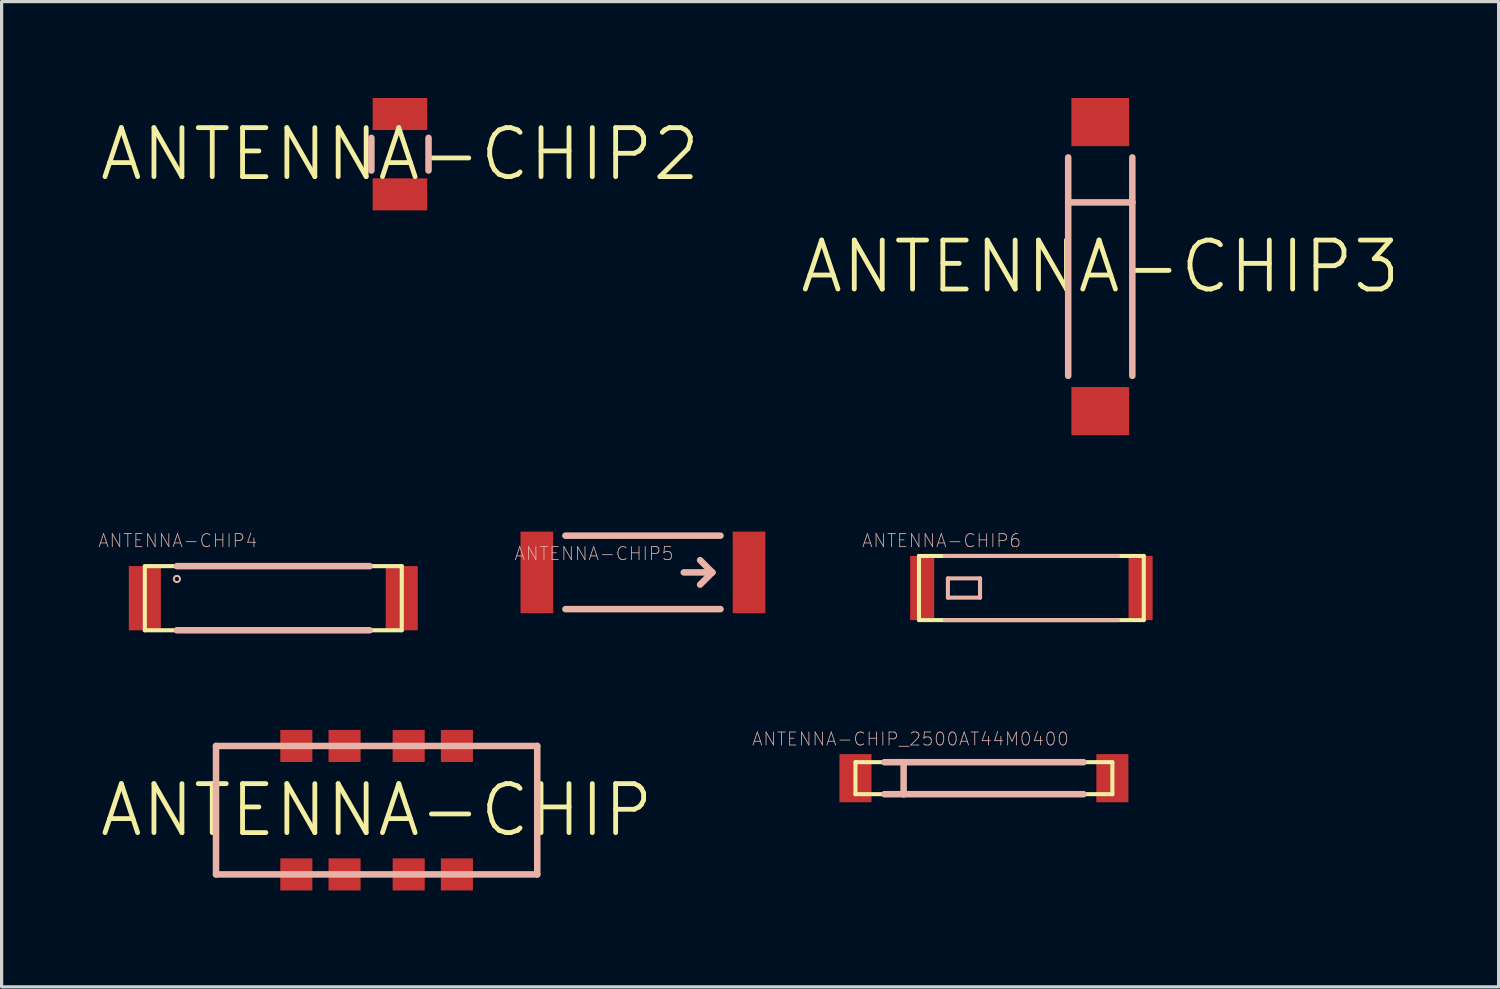
<source format=kicad_pcb>
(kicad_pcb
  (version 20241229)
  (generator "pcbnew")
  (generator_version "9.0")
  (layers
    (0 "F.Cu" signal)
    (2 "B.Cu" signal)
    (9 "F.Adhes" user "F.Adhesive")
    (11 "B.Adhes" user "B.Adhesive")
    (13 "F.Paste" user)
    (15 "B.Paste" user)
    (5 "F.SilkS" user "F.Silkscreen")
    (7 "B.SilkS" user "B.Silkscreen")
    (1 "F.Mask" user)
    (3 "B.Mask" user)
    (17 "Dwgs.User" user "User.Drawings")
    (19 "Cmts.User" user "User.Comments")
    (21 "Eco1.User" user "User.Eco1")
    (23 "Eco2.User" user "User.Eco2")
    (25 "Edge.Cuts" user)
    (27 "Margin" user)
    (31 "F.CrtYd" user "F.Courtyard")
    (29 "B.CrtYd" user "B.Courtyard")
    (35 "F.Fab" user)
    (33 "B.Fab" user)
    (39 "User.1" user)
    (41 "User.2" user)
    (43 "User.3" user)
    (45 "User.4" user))
  (footprint "ANTENNA-CHIP"
    (layer "F.Cu")
    (at 8.672 22.166)
    (property "Reference" "ANTENNA-CHIP" (at 0 0 0) (layer "F.SilkS") (effects (font (size 1.524 1.524) (thickness 0.15))))
    (attr smd)
    (fp_line (start -4.999 -1.999) (end 4.999 -1.999) (stroke (width 0.203) (type solid)) (layer "B.SilkS"))
    (fp_line (start -4.999 1.999) (end -4.999 -1.999) (stroke (width 0.203) (type solid)) (layer "B.SilkS"))
    (fp_line (start 4.999 -1.999) (end 4.999 1.999) (stroke (width 0.203) (type solid)) (layer "B.SilkS"))
    (fp_line (start 4.999 1.999) (end -4.999 1.999) (stroke (width 0.203) (type solid)) (layer "B.SilkS"))
    (pad "3" smd rect (at 0.998 1.999) (size 0.998 0.998) (layers "F.Cu" "F.Mask" "F.Paste"))
    (pad "4" smd rect (at 2.499 1.999) (size 0.998 0.998) (layers "F.Cu" "F.Mask" "F.Paste"))
    (pad "5" smd rect (at 2.499 -1.999) (size 0.998 0.998) (layers "F.Cu" "F.Mask" "F.Paste"))
    (pad "6" smd rect (at 0.998 -1.999) (size 0.998 0.998) (layers "F.Cu" "F.Mask" "F.Paste"))
    (pad "7" smd rect (at -0.998 -1.999) (size 0.998 0.998) (layers "F.Cu" "F.Mask" "F.Paste"))
    (pad "8" smd rect (at -2.499 -1.999) (size 0.998 0.998) (layers "F.Cu" "F.Mask" "F.Paste"))
    (pad "FEED" smd rect (at -0.998 1.999) (size 0.998 0.998) (layers "F.Cu" "F.Mask" "F.Paste"))
    (pad "GND" smd rect (at -2.499 1.999) (size 0.998 0.998) (layers "F.Cu" "F.Mask" "F.Paste")))
  (footprint "ANTENNA-CHIP_2500AT44M0400"
    (layer "F.Cu")
    (at 27.573 21.17)
    (property "Reference" "ANTENNA-CHIP_2500AT44M0400" (at -2.286 -1.219 0) (layer "B.SilkS") (effects (font (size 0.406 0.406) (thickness 0.025))))
    (attr smd)
    (fp_line (start -3.998 -0.498) (end -2.499 -0.498) (stroke (width 0.127) (type solid)) (layer "F.SilkS"))
    (fp_line (start -3.998 0.498) (end -3.998 -0.498) (stroke (width 0.127) (type solid)) (layer "F.SilkS"))
    (fp_line (start -2.499 -0.498) (end -2.499 0.498) (stroke (width 0.127) (type solid)) (layer "F.SilkS"))
    (fp_line (start -2.499 -0.498) (end 3.998 -0.498) (stroke (width 0.127) (type solid)) (layer "F.SilkS"))
    (fp_line (start -2.499 0.498) (end -3.998 0.498) (stroke (width 0.127) (type solid)) (layer "F.SilkS"))
    (fp_line (start 3.998 -0.498) (end 3.998 0.498) (stroke (width 0.127) (type solid)) (layer "F.SilkS"))
    (fp_line (start 3.998 0.498) (end -2.499 0.498) (stroke (width 0.127) (type solid)) (layer "F.SilkS"))
    (fp_line (start -3.099 -0.498) (end -2.499 -0.498) (stroke (width 0.203) (type solid)) (layer "B.SilkS"))
    (fp_line (start -2.499 -0.498) (end -2.499 0.498) (stroke (width 0.203) (type solid)) (layer "B.SilkS"))
    (fp_line (start -2.499 -0.498) (end 3.099 -0.498) (stroke (width 0.203) (type solid)) (layer "B.SilkS"))
    (fp_line (start -2.499 0.498) (end -3.099 0.498) (stroke (width 0.203) (type solid)) (layer "B.SilkS"))
    (fp_line (start 3.099 0.498) (end -2.499 0.498) (stroke (width 0.203) (type solid)) (layer "B.SilkS"))
    (pad "FEED" smd rect (at -3.998 0) (size 0.998 1.499) (layers "F.Cu" "F.Mask" "F.Paste"))
    (pad "NC" smd rect (at 3.998 0) (size 0.998 1.499) (layers "F.Cu" "F.Mask" "F.Paste")))
  (footprint "ANTENNA-CHIP3"
    (layer "F.Cu")
    (at 31.194 5.248)
    (property "Reference" "ANTENNA-CHIP3" (at 0 0 0) (layer "F.SilkS") (effects (font (size 1.524 1.524) (thickness 0.15))))
    (attr smd)
    (fp_line (start -0.998 -3.399) (end -0.998 -1.999) (stroke (width 0.203) (type solid)) (layer "B.SilkS"))
    (fp_line (start -0.998 -1.999) (end -0.998 3.399) (stroke (width 0.203) (type solid)) (layer "B.SilkS"))
    (fp_line (start 0.998 -3.399) (end 0.998 -1.999) (stroke (width 0.203) (type solid)) (layer "B.SilkS"))
    (fp_line (start 0.998 -1.999) (end -0.998 -1.999) (stroke (width 0.203) (type solid)) (layer "B.SilkS"))
    (fp_line (start 0.998 -1.999) (end 0.998 3.399) (stroke (width 0.203) (type solid)) (layer "B.SilkS"))
    (pad "FEED" smd rect (at 0 -4.498) (size 1.798 1.499) (layers "F.Cu" "F.Mask" "F.Paste"))
    (pad "NC" smd rect (at 0 4.498) (size 1.798 1.499) (layers "F.Cu" "F.Mask" "F.Paste")))
  (footprint "ANTENNA-CHIP5"
    (layer "F.Cu")
    (at 16.961 14.765)
    (property "Reference" "ANTENNA-CHIP5" (at -1.524 -0.584 0) (layer "B.SilkS") (effects (font (size 0.406 0.406) (thickness 0.025))))
    (attr smd)
    (fp_line (start -2.413 -1.143) (end 2.413 -1.143) (stroke (width 0.203) (type solid)) (layer "B.SilkS"))
    (fp_line (start -2.413 1.143) (end 2.413 1.143) (stroke (width 0.203) (type solid)) (layer "B.SilkS"))
    (fp_line (start 1.27 0) (end 2.159 0) (stroke (width 0.203) (type solid)) (layer "B.SilkS"))
    (fp_line (start 2.159 0) (end 1.778 -0.381) (stroke (width 0.203) (type solid)) (layer "B.SilkS"))
    (fp_line (start 2.159 0) (end 1.778 0.381) (stroke (width 0.203) (type solid)) (layer "B.SilkS"))
    (pad "FEED" smd rect (at -3.302 0 180) (size 1.016 2.54) (layers "F.Cu" "F.Mask" "F.Paste"))
    (pad "NC" smd rect (at 3.302 0 180) (size 1.016 2.54) (layers "F.Cu" "F.Mask" "F.Paste")))
  (footprint "ANTENNA-CHIP2"
    (layer "F.Cu")
    (at 9.398 1.749)
    (property "Reference" "ANTENNA-CHIP2" (at 0 0 0) (layer "F.SilkS") (effects (font (size 1.524 1.524) (thickness 0.15))))
    (attr smd)
    (fp_line (start -0.889 -0.508) (end -0.889 0.508) (stroke (width 0.203) (type solid)) (layer "B.SilkS"))
    (fp_line (start 0.889 -0.508) (end 0.889 0.508) (stroke (width 0.203) (type solid)) (layer "B.SilkS"))
    (pad "FEED" smd rect (at 0 -1.25) (size 1.699 0.998) (layers "F.Cu" "F.Mask" "F.Paste"))
    (pad "P$2" smd rect (at 0 1.25) (size 1.699 0.998) (layers "F.Cu" "F.Mask" "F.Paste")))
  (footprint "ANTENNA-CHIP6"
    (layer "F.Cu")
    (at 29.05 15.251)
    (property "Reference" "ANTENNA-CHIP6" (at -2.794 -1.473 0) (layer "B.SilkS") (effects (font (size 0.406 0.406) (thickness 0.025))))
    (attr smd)
    (fp_line (start -3.498 -0.998) (end 3.498 -0.998) (stroke (width 0.127) (type solid)) (layer "F.SilkS"))
    (fp_line (start -3.498 0.998) (end -3.498 -0.998) (stroke (width 0.127) (type solid)) (layer "F.SilkS"))
    (fp_line (start 3.498 -0.998) (end 3.498 0.998) (stroke (width 0.127) (type solid)) (layer "F.SilkS"))
    (fp_line (start 3.498 0.998) (end -3.498 0.998) (stroke (width 0.127) (type solid)) (layer "F.SilkS"))
    (fp_line (start -2.697 -0.998) (end 2.697 -0.998) (stroke (width 0.127) (type solid)) (layer "B.SilkS"))
    (fp_line (start -2.697 0.998) (end 2.697 0.998) (stroke (width 0.127) (type solid)) (layer "B.SilkS"))
    (fp_line (start -2.598 -0.3) (end -2.598 0.3) (stroke (width 0.127) (type solid)) (layer "B.SilkS"))
    (fp_line (start -2.598 0.3) (end -1.598 0.3) (stroke (width 0.127) (type solid)) (layer "B.SilkS"))
    (fp_line (start -1.598 -0.3) (end -2.598 -0.3) (stroke (width 0.127) (type solid)) (layer "B.SilkS"))
    (fp_line (start -1.598 0.3) (end -1.598 -0.3) (stroke (width 0.127) (type solid)) (layer "B.SilkS"))
    (pad "1" smd rect (at -3.399 0 90) (size 1.999 0.749) (layers "F.Cu" "F.Mask" "F.Paste"))
    (pad "NC" smd rect (at 3.399 0 90) (size 1.999 0.749) (layers "F.Cu" "F.Mask" "F.Paste")))
  (footprint "ANTENNA-CHIP4"
    (layer "F.Cu")
    (at 5.456 15.568)
    (property "Reference" "ANTENNA-CHIP4" (at -2.972 -1.791 0) (layer "B.SilkS") (effects (font (size 0.406 0.406) (thickness 0.025))))
    (attr smd)
    (fp_line (start -3.998 -0.998) (end -3.998 0.998) (stroke (width 0.127) (type solid)) (layer "F.SilkS"))
    (fp_line (start -3.998 0.998) (end 3.998 0.998) (stroke (width 0.127) (type solid)) (layer "F.SilkS"))
    (fp_line (start 3.998 -0.998) (end -3.998 -0.998) (stroke (width 0.127) (type solid)) (layer "F.SilkS"))
    (fp_line (start 3.998 0.998) (end 3.998 -0.998) (stroke (width 0.127) (type solid)) (layer "F.SilkS"))
    (fp_line (start -3 -0.998) (end 3 -0.998) (stroke (width 0.203) (type solid)) (layer "B.SilkS"))
    (fp_line (start 3 0.998) (end -3 0.998) (stroke (width 0.203) (type solid)) (layer "B.SilkS"))
    (fp_circle (center -3 -0.599) (end -3.068 -0.668) (stroke (width 0.064) (type solid)) (fill no) (layer "B.SilkS"))
    (pad "NC" smd rect (at 3.998 0) (size 0.998 1.999) (layers "F.Cu" "F.Mask" "F.Paste"))
    (pad "SIG" smd rect (at -3.998 0) (size 0.998 1.999) (layers "F.Cu" "F.Mask" "F.Paste")))
  (gr_rect
    (start -3 -3)
    (end 43.592 27.664)
    (stroke (width 0.1) (type default))
    (fill no)
    (layer "Edge.Cuts")))
</source>
